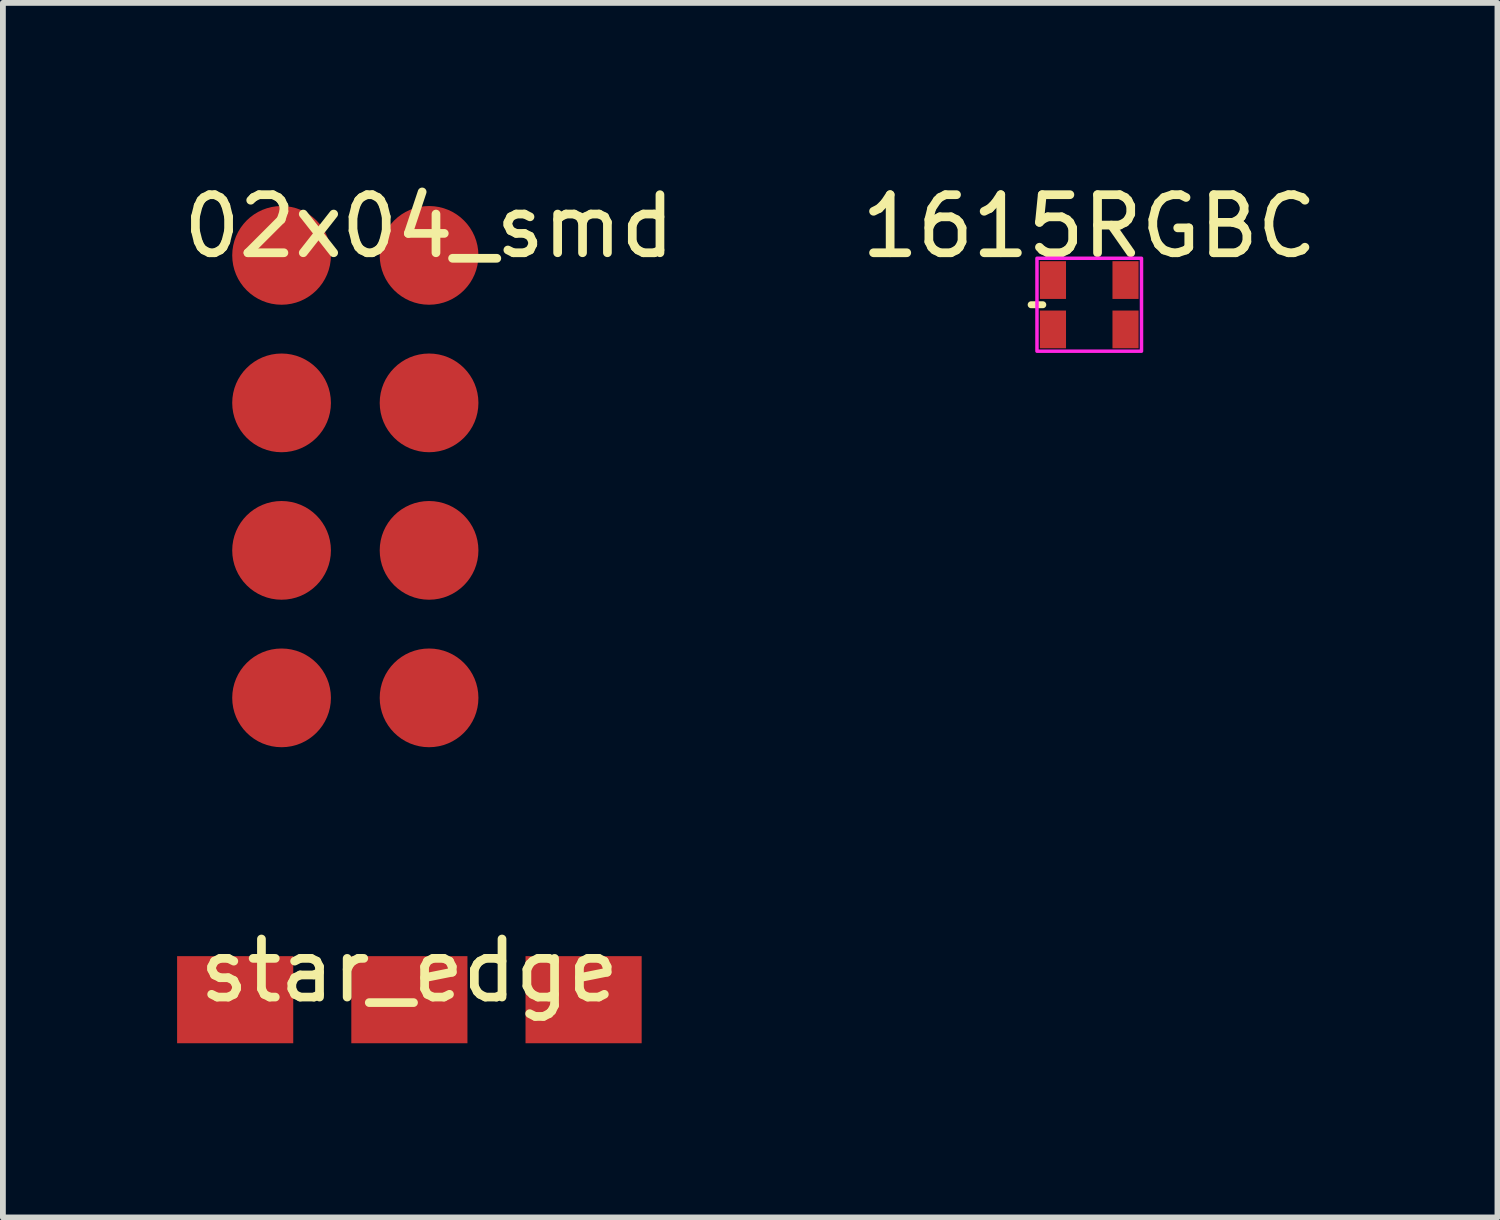
<source format=kicad_pcb>
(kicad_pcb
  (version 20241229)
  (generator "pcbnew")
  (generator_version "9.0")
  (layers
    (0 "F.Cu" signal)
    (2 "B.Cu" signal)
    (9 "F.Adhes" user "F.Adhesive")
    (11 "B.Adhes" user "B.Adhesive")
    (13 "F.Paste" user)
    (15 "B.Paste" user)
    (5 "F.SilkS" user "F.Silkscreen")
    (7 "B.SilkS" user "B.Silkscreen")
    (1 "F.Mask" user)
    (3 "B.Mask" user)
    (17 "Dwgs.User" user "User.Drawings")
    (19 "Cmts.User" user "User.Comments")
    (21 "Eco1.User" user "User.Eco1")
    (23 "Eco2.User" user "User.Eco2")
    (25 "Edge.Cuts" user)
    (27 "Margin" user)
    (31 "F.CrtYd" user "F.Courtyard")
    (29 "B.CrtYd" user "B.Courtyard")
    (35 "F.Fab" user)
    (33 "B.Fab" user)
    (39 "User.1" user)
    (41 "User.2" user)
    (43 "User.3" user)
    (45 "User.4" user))
  (footprint "1615RGBC"
    (layer "F.Cu")
    (at 15.708 2.198)
    (property "Reference" "1615RGBC" (at 0 -1.35 0) (unlocked yes) (layer "F.SilkS") (effects (font (size 1 1) (thickness 0.15))))
    (attr smd)
    (fp_line (start -0.8 0) (end -1 0) (stroke (width 0.12) (type default)) (layer "F.SilkS"))
    (fp_rect (start -0.9 -0.8) (end 0.9 0.8) (stroke (width 0.06) (type default)) (fill no) (layer "F.CrtYd"))
    (pad "1" smd rect (at 0.625 -0.425) (size 0.45 0.65) (layers "F.Cu" "F.Mask" "F.Paste"))
    (pad "2" smd rect (at -0.625 -0.425) (size 0.45 0.65) (layers "F.Cu" "F.Mask" "F.Paste"))
    (pad "3" smd rect (at -0.625 0.425) (size 0.45 0.65) (layers "F.Cu" "F.Mask" "F.Paste"))
    (pad "4" smd rect (at 0.625 0.425) (size 0.45 0.65) (layers "F.Cu" "F.Mask" "F.Paste")))
  (footprint "star_edge"
    (layer "F.Cu")
    (at 4 14.166)
    (property "Reference" "star_edge" (at 0 -0.5 0) (unlocked yes) (layer "F.SilkS") (effects (font (size 1 1) (thickness 0.15))))
    (attr smd)
    (pad "1" smd rect (at -3 0) (size 2 1.5) (layers "F.Cu" "F.Mask" "F.Paste"))
    (pad "2" smd rect (at 0 0) (size 2 1.5) (layers "F.Cu" "F.Mask" "F.Paste"))
    (pad "3" smd rect (at 3 0) (size 2 1.5) (layers "F.Cu" "F.Mask" "F.Paste")))
  (footprint "02x04_smd"
    (layer "F.Cu")
    (at 4.339 1.348)
    (property "Reference" "02x04_smd" (at 0 -0.5 0) (unlocked yes) (layer "F.SilkS") (effects (font (size 1 1) (thickness 0.15))))
    (attr smd)
    (pad "1" smd circle (at 0 0) (size 1.7 1.7) (layers "F.Cu" "F.Mask" "F.Paste"))
    (pad "2" smd circle (at -2.54 0) (size 1.7 1.7) (layers "F.Cu" "F.Mask" "F.Paste"))
    (pad "3" smd circle (at 0 2.54) (size 1.7 1.7) (layers "F.Cu" "F.Mask" "F.Paste"))
    (pad "4" smd circle (at -2.54 2.54) (size 1.7 1.7) (layers "F.Cu" "F.Mask" "F.Paste"))
    (pad "5" smd circle (at 0 5.08) (size 1.7 1.7) (layers "F.Cu" "F.Mask" "F.Paste"))
    (pad "6" smd circle (at -2.54 5.08) (size 1.7 1.7) (layers "F.Cu" "F.Mask" "F.Paste"))
    (pad "7" smd circle (at 0 7.62) (size 1.7 1.7) (layers "F.Cu" "F.Mask" "F.Paste"))
    (pad "8" smd circle (at -2.54 7.62) (size 1.7 1.7) (layers "F.Cu" "F.Mask" "F.Paste")))
  (gr_rect
    (start -3 -3)
    (end 22.738 17.916)
    (stroke (width 0.1) (type default))
    (fill no)
    (layer "Edge.Cuts")))
</source>
